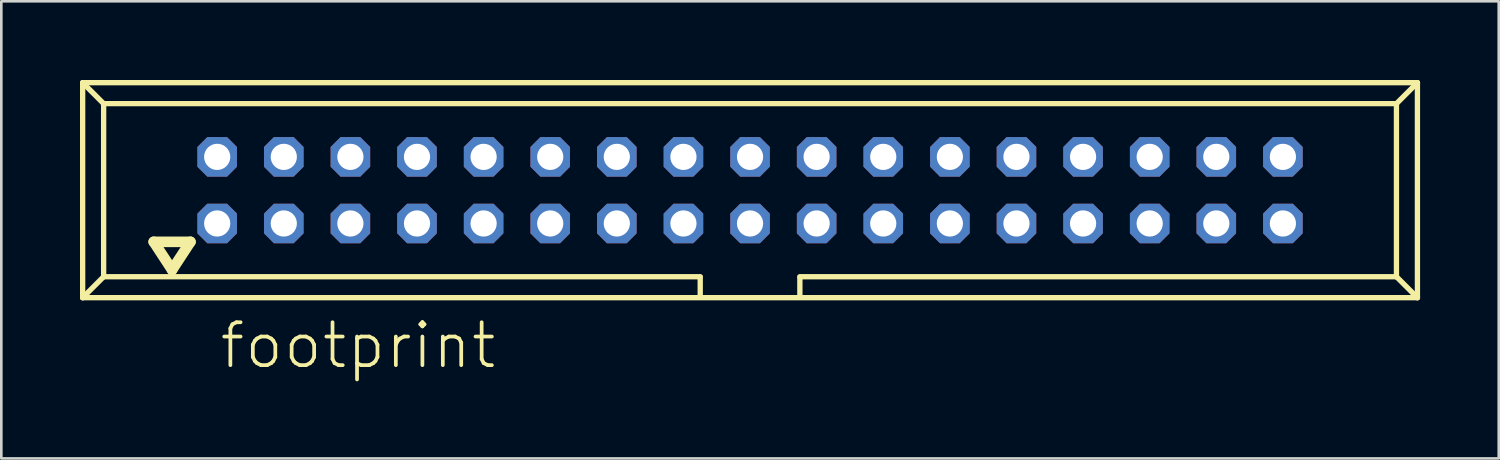
<source format=kicad_pcb>
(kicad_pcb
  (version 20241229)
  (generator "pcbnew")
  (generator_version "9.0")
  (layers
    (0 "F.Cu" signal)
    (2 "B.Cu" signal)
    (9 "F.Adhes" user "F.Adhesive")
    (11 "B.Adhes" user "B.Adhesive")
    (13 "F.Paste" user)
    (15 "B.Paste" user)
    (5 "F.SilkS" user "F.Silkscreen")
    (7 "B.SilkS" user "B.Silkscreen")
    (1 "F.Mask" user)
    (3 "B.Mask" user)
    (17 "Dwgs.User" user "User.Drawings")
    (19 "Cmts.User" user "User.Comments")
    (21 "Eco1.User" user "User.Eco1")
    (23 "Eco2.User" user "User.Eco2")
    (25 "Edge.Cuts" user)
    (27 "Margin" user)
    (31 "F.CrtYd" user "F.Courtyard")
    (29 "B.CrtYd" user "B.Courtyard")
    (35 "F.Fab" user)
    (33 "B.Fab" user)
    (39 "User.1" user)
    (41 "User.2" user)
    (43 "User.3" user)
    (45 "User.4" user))
  (footprint "footprint"
    (layer "F.Cu")
    (at 25.552 4.202)
    (property "Reference" "footprint" (at -20.3 6.88 0) (layer "F.SilkS") (effects (font (size 1.636 1.636) (thickness 0.142)) (justify left bottom)))
    (fp_line (start -25.45 -4.1) (end -24.65 -3.3) (stroke (width 0.203) (type solid)) (layer "F.SilkS"))
    (fp_line (start -25.45 4.1) (end -25.45 -4.1) (stroke (width 0.203) (type solid)) (layer "F.SilkS"))
    (fp_line (start -25.45 4.1) (end -24.65 3.3) (stroke (width 0.203) (type solid)) (layer "F.SilkS"))
    (fp_line (start -25.45 4.1) (end 25.45 4.1) (stroke (width 0.203) (type solid)) (layer "F.SilkS"))
    (fp_line (start -24.65 -3.3) (end 24.65 -3.3) (stroke (width 0.203) (type solid)) (layer "F.SilkS"))
    (fp_line (start -24.65 3.3) (end -24.65 -3.3) (stroke (width 0.203) (type solid)) (layer "F.SilkS"))
    (fp_line (start -22.74 1.97) (end -22.04 3.04) (stroke (width 0.406) (type solid)) (layer "F.SilkS"))
    (fp_line (start -22.04 3.04) (end -21.34 1.97) (stroke (width 0.406) (type solid)) (layer "F.SilkS"))
    (fp_line (start -21.34 1.97) (end -22.74 1.97) (stroke (width 0.406) (type solid)) (layer "F.SilkS"))
    (fp_line (start -1.9 3.3) (end -24.65 3.3) (stroke (width 0.203) (type solid)) (layer "F.SilkS"))
    (fp_line (start -1.9 3.32) (end -1.9 4.03) (stroke (width 0.203) (type solid)) (layer "F.SilkS"))
    (fp_line (start 1.9 3.32) (end 1.9 4.03) (stroke (width 0.203) (type solid)) (layer "F.SilkS"))
    (fp_line (start 24.65 -3.3) (end 24.65 3.3) (stroke (width 0.203) (type solid)) (layer "F.SilkS"))
    (fp_line (start 24.65 3.3) (end 1.9 3.3) (stroke (width 0.203) (type solid)) (layer "F.SilkS"))
    (fp_line (start 24.65 3.3) (end 25.45 4.1) (stroke (width 0.203) (type solid)) (layer "F.SilkS"))
    (fp_line (start 25.45 -4.1) (end -25.45 -4.1) (stroke (width 0.203) (type solid)) (layer "F.SilkS"))
    (fp_line (start 25.45 -4.1) (end 24.65 -3.3) (stroke (width 0.203) (type solid)) (layer "F.SilkS"))
    (fp_line (start 25.45 4.1) (end 25.45 -4.1) (stroke (width 0.203) (type solid)) (layer "F.SilkS"))
    (pad "1" thru_hole roundrect (at -20.32 1.27) (size 1.508 1.508) (drill 1) (layers "*.Cu" "*.Mask") (roundrect_rratio 0.25) (chamfer_ratio 0.25) (chamfer top_left top_right bottom_left bottom_right))
    (pad "2" thru_hole roundrect (at -20.32 -1.27) (size 1.508 1.508) (drill 1) (layers "*.Cu" "*.Mask") (roundrect_rratio 0.25) (chamfer_ratio 0.25) (chamfer top_left top_right bottom_left bottom_right))
    (pad "3" thru_hole roundrect (at -17.78 1.27) (size 1.508 1.508) (drill 1) (layers "*.Cu" "*.Mask") (roundrect_rratio 0.25) (chamfer_ratio 0.25) (chamfer top_left top_right bottom_left bottom_right))
    (pad "4" thru_hole roundrect (at -17.78 -1.27) (size 1.508 1.508) (drill 1) (layers "*.Cu" "*.Mask") (roundrect_rratio 0.25) (chamfer_ratio 0.25) (chamfer top_left top_right bottom_left bottom_right))
    (pad "5" thru_hole roundrect (at -15.24 1.27) (size 1.508 1.508) (drill 1) (layers "*.Cu" "*.Mask") (roundrect_rratio 0.25) (chamfer_ratio 0.25) (chamfer top_left top_right bottom_left bottom_right))
    (pad "6" thru_hole roundrect (at -15.24 -1.27) (size 1.508 1.508) (drill 1) (layers "*.Cu" "*.Mask") (roundrect_rratio 0.25) (chamfer_ratio 0.25) (chamfer top_left top_right bottom_left bottom_right))
    (pad "7" thru_hole roundrect (at -12.7 1.27) (size 1.508 1.508) (drill 1) (layers "*.Cu" "*.Mask") (roundrect_rratio 0.25) (chamfer_ratio 0.25) (chamfer top_left top_right bottom_left bottom_right))
    (pad "8" thru_hole roundrect (at -12.7 -1.27) (size 1.508 1.508) (drill 1) (layers "*.Cu" "*.Mask") (roundrect_rratio 0.25) (chamfer_ratio 0.25) (chamfer top_left top_right bottom_left bottom_right))
    (pad "9" thru_hole roundrect (at -10.16 1.27) (size 1.508 1.508) (drill 1) (layers "*.Cu" "*.Mask") (roundrect_rratio 0.25) (chamfer_ratio 0.25) (chamfer top_left top_right bottom_left bottom_right))
    (pad "10" thru_hole roundrect (at -10.16 -1.27) (size 1.508 1.508) (drill 1) (layers "*.Cu" "*.Mask") (roundrect_rratio 0.25) (chamfer_ratio 0.25) (chamfer top_left top_right bottom_left bottom_right))
    (pad "11" thru_hole roundrect (at -7.62 1.27) (size 1.508 1.508) (drill 1) (layers "*.Cu" "*.Mask") (roundrect_rratio 0.25) (chamfer_ratio 0.25) (chamfer top_left top_right bottom_left bottom_right))
    (pad "12" thru_hole roundrect (at -7.62 -1.27) (size 1.508 1.508) (drill 1) (layers "*.Cu" "*.Mask") (roundrect_rratio 0.25) (chamfer_ratio 0.25) (chamfer top_left top_right bottom_left bottom_right))
    (pad "13" thru_hole roundrect (at -5.08 1.27) (size 1.508 1.508) (drill 1) (layers "*.Cu" "*.Mask") (roundrect_rratio 0.25) (chamfer_ratio 0.25) (chamfer top_left top_right bottom_left bottom_right))
    (pad "14" thru_hole roundrect (at -5.08 -1.27) (size 1.508 1.508) (drill 1) (layers "*.Cu" "*.Mask") (roundrect_rratio 0.25) (chamfer_ratio 0.25) (chamfer top_left top_right bottom_left bottom_right))
    (pad "15" thru_hole roundrect (at -2.54 1.27) (size 1.508 1.508) (drill 1) (layers "*.Cu" "*.Mask") (roundrect_rratio 0.25) (chamfer_ratio 0.25) (chamfer top_left top_right bottom_left bottom_right))
    (pad "16" thru_hole roundrect (at -2.54 -1.27) (size 1.508 1.508) (drill 1) (layers "*.Cu" "*.Mask") (roundrect_rratio 0.25) (chamfer_ratio 0.25) (chamfer top_left top_right bottom_left bottom_right))
    (pad "17" thru_hole roundrect (at 0 1.27) (size 1.508 1.508) (drill 1) (layers "*.Cu" "*.Mask") (roundrect_rratio 0.25) (chamfer_ratio 0.25) (chamfer top_left top_right bottom_left bottom_right))
    (pad "18" thru_hole roundrect (at 0 -1.27) (size 1.508 1.508) (drill 1) (layers "*.Cu" "*.Mask") (roundrect_rratio 0.25) (chamfer_ratio 0.25) (chamfer top_left top_right bottom_left bottom_right))
    (pad "19" thru_hole roundrect (at 2.54 1.27) (size 1.508 1.508) (drill 1) (layers "*.Cu" "*.Mask") (roundrect_rratio 0.25) (chamfer_ratio 0.25) (chamfer top_left top_right bottom_left bottom_right))
    (pad "20" thru_hole roundrect (at 2.54 -1.27) (size 1.508 1.508) (drill 1) (layers "*.Cu" "*.Mask") (roundrect_rratio 0.25) (chamfer_ratio 0.25) (chamfer top_left top_right bottom_left bottom_right))
    (pad "21" thru_hole roundrect (at 5.08 1.27) (size 1.508 1.508) (drill 1) (layers "*.Cu" "*.Mask") (roundrect_rratio 0.25) (chamfer_ratio 0.25) (chamfer top_left top_right bottom_left bottom_right))
    (pad "22" thru_hole roundrect (at 5.08 -1.27) (size 1.508 1.508) (drill 1) (layers "*.Cu" "*.Mask") (roundrect_rratio 0.25) (chamfer_ratio 0.25) (chamfer top_left top_right bottom_left bottom_right))
    (pad "23" thru_hole roundrect (at 7.62 1.27) (size 1.508 1.508) (drill 1) (layers "*.Cu" "*.Mask") (roundrect_rratio 0.25) (chamfer_ratio 0.25) (chamfer top_left top_right bottom_left bottom_right))
    (pad "24" thru_hole roundrect (at 7.62 -1.27) (size 1.508 1.508) (drill 1) (layers "*.Cu" "*.Mask") (roundrect_rratio 0.25) (chamfer_ratio 0.25) (chamfer top_left top_right bottom_left bottom_right))
    (pad "25" thru_hole roundrect (at 10.16 1.27) (size 1.508 1.508) (drill 1) (layers "*.Cu" "*.Mask") (roundrect_rratio 0.25) (chamfer_ratio 0.25) (chamfer top_left top_right bottom_left bottom_right))
    (pad "26" thru_hole roundrect (at 10.16 -1.27) (size 1.508 1.508) (drill 1) (layers "*.Cu" "*.Mask") (roundrect_rratio 0.25) (chamfer_ratio 0.25) (chamfer top_left top_right bottom_left bottom_right))
    (pad "27" thru_hole roundrect (at 12.7 1.27) (size 1.508 1.508) (drill 1) (layers "*.Cu" "*.Mask") (roundrect_rratio 0.25) (chamfer_ratio 0.25) (chamfer top_left top_right bottom_left bottom_right))
    (pad "28" thru_hole roundrect (at 12.7 -1.27) (size 1.508 1.508) (drill 1) (layers "*.Cu" "*.Mask") (roundrect_rratio 0.25) (chamfer_ratio 0.25) (chamfer top_left top_right bottom_left bottom_right))
    (pad "29" thru_hole roundrect (at 15.24 1.27) (size 1.508 1.508) (drill 1) (layers "*.Cu" "*.Mask") (roundrect_rratio 0.25) (chamfer_ratio 0.25) (chamfer top_left top_right bottom_left bottom_right))
    (pad "30" thru_hole roundrect (at 15.24 -1.27) (size 1.508 1.508) (drill 1) (layers "*.Cu" "*.Mask") (roundrect_rratio 0.25) (chamfer_ratio 0.25) (chamfer top_left top_right bottom_left bottom_right))
    (pad "31" thru_hole roundrect (at 17.78 1.27) (size 1.508 1.508) (drill 1) (layers "*.Cu" "*.Mask") (roundrect_rratio 0.25) (chamfer_ratio 0.25) (chamfer top_left top_right bottom_left bottom_right))
    (pad "32" thru_hole roundrect (at 17.78 -1.27) (size 1.508 1.508) (drill 1) (layers "*.Cu" "*.Mask") (roundrect_rratio 0.25) (chamfer_ratio 0.25) (chamfer top_left top_right bottom_left bottom_right))
    (pad "33" thru_hole roundrect (at 20.32 1.27) (size 1.508 1.508) (drill 1) (layers "*.Cu" "*.Mask") (roundrect_rratio 0.25) (chamfer_ratio 0.25) (chamfer top_left top_right bottom_left bottom_right))
    (pad "34" thru_hole roundrect (at 20.32 -1.27) (size 1.508 1.508) (drill 1) (layers "*.Cu" "*.Mask") (roundrect_rratio 0.25) (chamfer_ratio 0.25) (chamfer top_left top_right bottom_left bottom_right)))
  (gr_rect
    (start -3 -3)
    (end 54.103 14.432)
    (stroke (width 0.1) (type default))
    (fill no)
    (layer "Edge.Cuts")))
</source>
